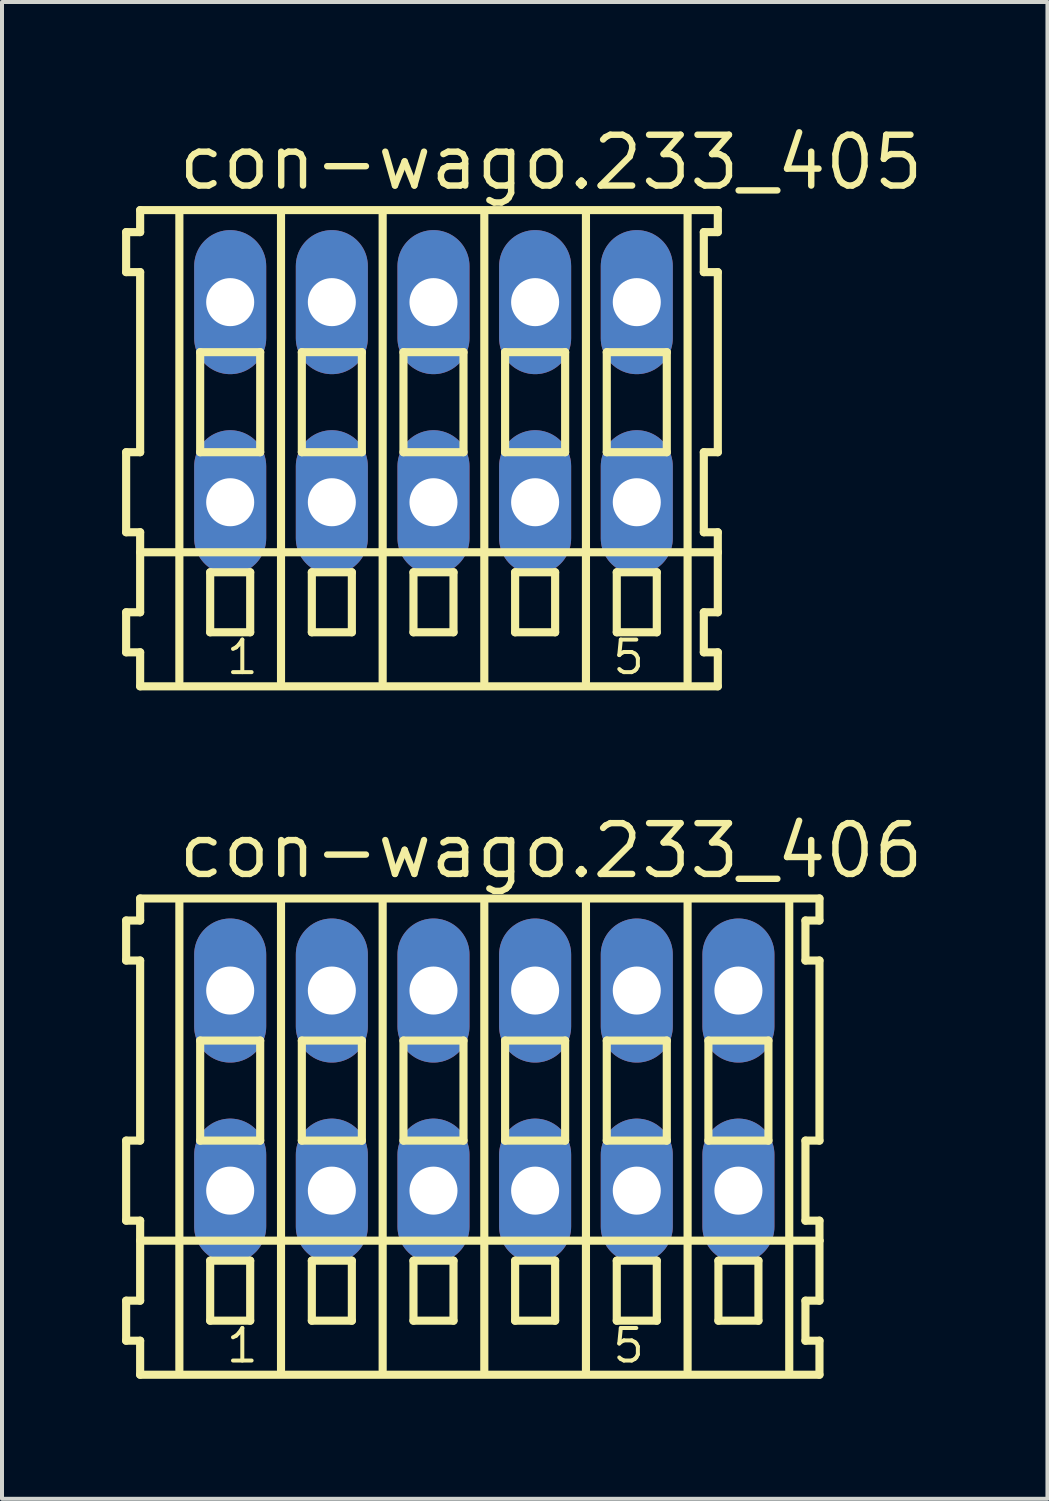
<source format=kicad_pcb>
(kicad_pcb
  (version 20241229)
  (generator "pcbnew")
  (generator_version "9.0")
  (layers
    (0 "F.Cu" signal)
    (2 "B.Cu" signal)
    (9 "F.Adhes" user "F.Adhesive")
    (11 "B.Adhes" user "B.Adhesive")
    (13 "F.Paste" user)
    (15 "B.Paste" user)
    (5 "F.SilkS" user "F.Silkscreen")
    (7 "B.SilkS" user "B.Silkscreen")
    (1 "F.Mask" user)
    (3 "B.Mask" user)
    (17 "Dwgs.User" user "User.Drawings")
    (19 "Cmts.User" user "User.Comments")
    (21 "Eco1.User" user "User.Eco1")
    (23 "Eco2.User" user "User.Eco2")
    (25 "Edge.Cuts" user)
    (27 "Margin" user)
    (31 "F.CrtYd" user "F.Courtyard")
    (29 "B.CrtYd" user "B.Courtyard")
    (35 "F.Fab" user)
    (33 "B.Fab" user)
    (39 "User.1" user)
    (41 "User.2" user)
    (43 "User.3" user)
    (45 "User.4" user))
  (footprint "con-wago.233_406"
    (layer "F.Cu")
    (at 9.052 24.202)
    (property "Reference" "con-wago.233_406" (at -7.72 -5.25 0) (layer "F.SilkS") (effects (font (size 1.27 1.27) (thickness 0.16)) (justify left bottom)))
    (attr through_hole)
    (fp_line (start -8.95 -4.25) (end -8.95 -3.25) (stroke (width 0.203) (type default)) (layer "F.SilkS"))
    (fp_line (start -8.95 -3.25) (end -8.6 -3.25) (stroke (width 0.203) (type default)) (layer "F.SilkS"))
    (fp_line (start -8.95 1.25) (end -8.95 3.25) (stroke (width 0.203) (type default)) (layer "F.SilkS"))
    (fp_line (start -8.95 3.25) (end -8.6 3.25) (stroke (width 0.203) (type default)) (layer "F.SilkS"))
    (fp_line (start -8.95 5.25) (end -8.95 6.25) (stroke (width 0.203) (type default)) (layer "F.SilkS"))
    (fp_line (start -8.95 6.25) (end -8.6 6.25) (stroke (width 0.203) (type default)) (layer "F.SilkS"))
    (fp_line (start -8.6 -4.8) (end -8.6 -4.25) (stroke (width 0.203) (type default)) (layer "F.SilkS"))
    (fp_line (start -8.6 -4.25) (end -8.95 -4.25) (stroke (width 0.203) (type default)) (layer "F.SilkS"))
    (fp_line (start -8.6 -3.25) (end -8.6 1.25) (stroke (width 0.203) (type default)) (layer "F.SilkS"))
    (fp_line (start -8.6 1.25) (end -8.95 1.25) (stroke (width 0.203) (type default)) (layer "F.SilkS"))
    (fp_line (start -8.6 3.25) (end -8.6 5.25) (stroke (width 0.203) (type default)) (layer "F.SilkS"))
    (fp_line (start -8.6 3.75) (end 8.375 3.75) (stroke (width 0.203) (type default)) (layer "F.SilkS"))
    (fp_line (start -8.6 5.25) (end -8.95 5.25) (stroke (width 0.203) (type default)) (layer "F.SilkS"))
    (fp_line (start -8.6 6.25) (end -8.6 7.1) (stroke (width 0.203) (type default)) (layer "F.SilkS"))
    (fp_line (start -8.6 7.1) (end 8.375 7.1) (stroke (width 0.203) (type default)) (layer "F.SilkS"))
    (fp_line (start -7.62 6.985) (end -7.62 -4.699) (stroke (width 0.203) (type default)) (layer "F.SilkS"))
    (fp_line (start -7.1 -1.25) (end -7.1 1.25) (stroke (width 0.203) (type default)) (layer "F.SilkS"))
    (fp_line (start -7.1 1.25) (end -5.6 1.25) (stroke (width 0.203) (type default)) (layer "F.SilkS"))
    (fp_line (start -6.85 4.25) (end -6.85 5.75) (stroke (width 0.203) (type default)) (layer "F.SilkS"))
    (fp_line (start -6.85 5.75) (end -5.85 5.75) (stroke (width 0.203) (type default)) (layer "F.SilkS"))
    (fp_line (start -5.85 4.25) (end -6.85 4.25) (stroke (width 0.203) (type default)) (layer "F.SilkS"))
    (fp_line (start -5.85 5.75) (end -5.85 4.25) (stroke (width 0.203) (type default)) (layer "F.SilkS"))
    (fp_line (start -5.6 -1.25) (end -7.1 -1.25) (stroke (width 0.203) (type default)) (layer "F.SilkS"))
    (fp_line (start -5.6 1.25) (end -5.6 -1.25) (stroke (width 0.203) (type default)) (layer "F.SilkS"))
    (fp_line (start -5.08 6.985) (end -5.08 -4.699) (stroke (width 0.203) (type default)) (layer "F.SilkS"))
    (fp_line (start -4.56 -1.25) (end -4.56 1.25) (stroke (width 0.203) (type default)) (layer "F.SilkS"))
    (fp_line (start -4.56 1.25) (end -3.06 1.25) (stroke (width 0.203) (type default)) (layer "F.SilkS"))
    (fp_line (start -4.31 4.25) (end -4.31 5.75) (stroke (width 0.203) (type default)) (layer "F.SilkS"))
    (fp_line (start -4.31 5.75) (end -3.31 5.75) (stroke (width 0.203) (type default)) (layer "F.SilkS"))
    (fp_line (start -3.31 4.25) (end -4.31 4.25) (stroke (width 0.203) (type default)) (layer "F.SilkS"))
    (fp_line (start -3.31 5.75) (end -3.31 4.25) (stroke (width 0.203) (type default)) (layer "F.SilkS"))
    (fp_line (start -3.06 -1.25) (end -4.56 -1.25) (stroke (width 0.203) (type default)) (layer "F.SilkS"))
    (fp_line (start -3.06 1.25) (end -3.06 -1.25) (stroke (width 0.203) (type default)) (layer "F.SilkS"))
    (fp_line (start -2.54 6.985) (end -2.54 -4.699) (stroke (width 0.203) (type default)) (layer "F.SilkS"))
    (fp_line (start -2.02 -1.25) (end -2.02 1.25) (stroke (width 0.203) (type default)) (layer "F.SilkS"))
    (fp_line (start -2.02 1.25) (end -0.52 1.25) (stroke (width 0.203) (type default)) (layer "F.SilkS"))
    (fp_line (start -1.77 4.25) (end -1.77 5.75) (stroke (width 0.203) (type default)) (layer "F.SilkS"))
    (fp_line (start -1.77 5.75) (end -0.77 5.75) (stroke (width 0.203) (type default)) (layer "F.SilkS"))
    (fp_line (start -0.77 4.25) (end -1.77 4.25) (stroke (width 0.203) (type default)) (layer "F.SilkS"))
    (fp_line (start -0.77 5.75) (end -0.77 4.25) (stroke (width 0.203) (type default)) (layer "F.SilkS"))
    (fp_line (start -0.52 -1.25) (end -2.02 -1.25) (stroke (width 0.203) (type default)) (layer "F.SilkS"))
    (fp_line (start -0.52 1.25) (end -0.52 -1.25) (stroke (width 0.203) (type default)) (layer "F.SilkS"))
    (fp_line (start 0 6.985) (end 0 -4.699) (stroke (width 0.203) (type default)) (layer "F.SilkS"))
    (fp_line (start 0.52 -1.25) (end 0.52 1.25) (stroke (width 0.203) (type default)) (layer "F.SilkS"))
    (fp_line (start 0.52 1.25) (end 2.02 1.25) (stroke (width 0.203) (type default)) (layer "F.SilkS"))
    (fp_line (start 0.77 4.25) (end 0.77 5.75) (stroke (width 0.203) (type default)) (layer "F.SilkS"))
    (fp_line (start 0.77 5.75) (end 1.77 5.75) (stroke (width 0.203) (type default)) (layer "F.SilkS"))
    (fp_line (start 1.77 4.25) (end 0.77 4.25) (stroke (width 0.203) (type default)) (layer "F.SilkS"))
    (fp_line (start 1.77 5.75) (end 1.77 4.25) (stroke (width 0.203) (type default)) (layer "F.SilkS"))
    (fp_line (start 2.02 -1.25) (end 0.52 -1.25) (stroke (width 0.203) (type default)) (layer "F.SilkS"))
    (fp_line (start 2.02 1.25) (end 2.02 -1.25) (stroke (width 0.203) (type default)) (layer "F.SilkS"))
    (fp_line (start 2.54 6.985) (end 2.54 -4.699) (stroke (width 0.203) (type default)) (layer "F.SilkS"))
    (fp_line (start 3.06 -1.25) (end 3.06 1.25) (stroke (width 0.203) (type default)) (layer "F.SilkS"))
    (fp_line (start 3.06 1.25) (end 4.56 1.25) (stroke (width 0.203) (type default)) (layer "F.SilkS"))
    (fp_line (start 3.31 4.25) (end 3.31 5.75) (stroke (width 0.203) (type default)) (layer "F.SilkS"))
    (fp_line (start 3.31 5.75) (end 4.31 5.75) (stroke (width 0.203) (type default)) (layer "F.SilkS"))
    (fp_line (start 4.31 4.25) (end 3.31 4.25) (stroke (width 0.203) (type default)) (layer "F.SilkS"))
    (fp_line (start 4.31 5.75) (end 4.31 4.25) (stroke (width 0.203) (type default)) (layer "F.SilkS"))
    (fp_line (start 4.56 -1.25) (end 3.06 -1.25) (stroke (width 0.203) (type default)) (layer "F.SilkS"))
    (fp_line (start 4.56 1.25) (end 4.56 -1.25) (stroke (width 0.203) (type default)) (layer "F.SilkS"))
    (fp_line (start 5.08 6.985) (end 5.08 -4.699) (stroke (width 0.203) (type default)) (layer "F.SilkS"))
    (fp_line (start 5.6 -1.25) (end 5.6 1.25) (stroke (width 0.203) (type default)) (layer "F.SilkS"))
    (fp_line (start 5.6 1.25) (end 7.1 1.25) (stroke (width 0.203) (type default)) (layer "F.SilkS"))
    (fp_line (start 5.85 4.25) (end 5.85 5.75) (stroke (width 0.203) (type default)) (layer "F.SilkS"))
    (fp_line (start 5.85 5.75) (end 6.85 5.75) (stroke (width 0.203) (type default)) (layer "F.SilkS"))
    (fp_line (start 6.85 4.25) (end 5.85 4.25) (stroke (width 0.203) (type default)) (layer "F.SilkS"))
    (fp_line (start 6.85 5.75) (end 6.85 4.25) (stroke (width 0.203) (type default)) (layer "F.SilkS"))
    (fp_line (start 7.1 -1.25) (end 5.6 -1.25) (stroke (width 0.203) (type default)) (layer "F.SilkS"))
    (fp_line (start 7.1 1.25) (end 7.1 -1.25) (stroke (width 0.203) (type default)) (layer "F.SilkS"))
    (fp_line (start 7.62 6.985) (end 7.62 -4.699) (stroke (width 0.203) (type default)) (layer "F.SilkS"))
    (fp_line (start 8.025 -4.25) (end 8.025 -3.25) (stroke (width 0.203) (type default)) (layer "F.SilkS"))
    (fp_line (start 8.025 -3.25) (end 8.375 -3.25) (stroke (width 0.203) (type default)) (layer "F.SilkS"))
    (fp_line (start 8.025 1.25) (end 8.025 3.25) (stroke (width 0.203) (type default)) (layer "F.SilkS"))
    (fp_line (start 8.025 3.25) (end 8.375 3.25) (stroke (width 0.203) (type default)) (layer "F.SilkS"))
    (fp_line (start 8.025 5.25) (end 8.025 6.25) (stroke (width 0.203) (type default)) (layer "F.SilkS"))
    (fp_line (start 8.025 6.25) (end 8.375 6.25) (stroke (width 0.203) (type default)) (layer "F.SilkS"))
    (fp_line (start 8.375 -4.8) (end -8.6 -4.8) (stroke (width 0.203) (type default)) (layer "F.SilkS"))
    (fp_line (start 8.375 -4.25) (end 8.025 -4.25) (stroke (width 0.203) (type default)) (layer "F.SilkS"))
    (fp_line (start 8.375 -4.25) (end 8.375 -4.8) (stroke (width 0.203) (type default)) (layer "F.SilkS"))
    (fp_line (start 8.375 1.25) (end 8.025 1.25) (stroke (width 0.203) (type default)) (layer "F.SilkS"))
    (fp_line (start 8.375 1.25) (end 8.375 -3.25) (stroke (width 0.203) (type default)) (layer "F.SilkS"))
    (fp_line (start 8.375 3.75) (end 8.375 3.25) (stroke (width 0.203) (type default)) (layer "F.SilkS"))
    (fp_line (start 8.375 5.25) (end 8.025 5.25) (stroke (width 0.203) (type default)) (layer "F.SilkS"))
    (fp_line (start 8.375 5.25) (end 8.375 3.75) (stroke (width 0.203) (type default)) (layer "F.SilkS"))
    (fp_line (start 8.375 7.1) (end 8.375 6.25) (stroke (width 0.203) (type default)) (layer "F.SilkS"))
    (fp_text user "5" (at 3.152 6.85 0) (layer "F.SilkS") (effects (font (size 0.813 0.813) (thickness 0.1)) (justify left bottom)))
    (fp_text user "1" (at -6.5 6.85 0) (layer "F.SilkS") (effects (font (size 0.813 0.813) (thickness 0.1)) (justify left bottom)))
    (pad "A1" thru_hole oval (at -6.35 -2.5 90) (size 3.6 1.8) (drill 1.2) (layers "*.Cu" "*.Mask"))
    (pad "A2" thru_hole oval (at -3.81 -2.5 90) (size 3.6 1.8) (drill 1.2) (layers "*.Cu" "*.Mask"))
    (pad "A3" thru_hole oval (at -1.27 -2.5 90) (size 3.6 1.8) (drill 1.2) (layers "*.Cu" "*.Mask"))
    (pad "A4" thru_hole oval (at 1.27 -2.5 90) (size 3.6 1.8) (drill 1.2) (layers "*.Cu" "*.Mask"))
    (pad "A5" thru_hole oval (at 3.81 -2.5 90) (size 3.6 1.8) (drill 1.2) (layers "*.Cu" "*.Mask"))
    (pad "A6" thru_hole oval (at 6.35 -2.5 90) (size 3.6 1.8) (drill 1.2) (layers "*.Cu" "*.Mask"))
    (pad "B1" thru_hole oval (at -6.35 2.5 90) (size 3.6 1.8) (drill 1.2) (layers "*.Cu" "*.Mask"))
    (pad "B2" thru_hole oval (at -3.81 2.5 90) (size 3.6 1.8) (drill 1.2) (layers "*.Cu" "*.Mask"))
    (pad "B3" thru_hole oval (at -1.27 2.5 90) (size 3.6 1.8) (drill 1.2) (layers "*.Cu" "*.Mask"))
    (pad "B4" thru_hole oval (at 1.27 2.5 90) (size 3.6 1.8) (drill 1.2) (layers "*.Cu" "*.Mask"))
    (pad "B5" thru_hole oval (at 3.81 2.5 90) (size 3.6 1.8) (drill 1.2) (layers "*.Cu" "*.Mask"))
    (pad "B6" thru_hole oval (at 6.35 2.5 90) (size 3.6 1.8) (drill 1.2) (layers "*.Cu" "*.Mask")))
  (footprint "con-wago.233_405"
    (layer "F.Cu")
    (at 7.782 7)
    (property "Reference" "con-wago.233_405" (at -6.45 -5.25 0) (layer "F.SilkS") (effects (font (size 1.27 1.27) (thickness 0.16)) (justify left bottom)))
    (attr through_hole)
    (fp_line (start -7.68 -4.25) (end -7.68 -3.25) (stroke (width 0.203) (type default)) (layer "F.SilkS"))
    (fp_line (start -7.68 -3.25) (end -7.33 -3.25) (stroke (width 0.203) (type default)) (layer "F.SilkS"))
    (fp_line (start -7.68 1.25) (end -7.68 3.25) (stroke (width 0.203) (type default)) (layer "F.SilkS"))
    (fp_line (start -7.68 3.25) (end -7.33 3.25) (stroke (width 0.203) (type default)) (layer "F.SilkS"))
    (fp_line (start -7.68 5.25) (end -7.68 6.25) (stroke (width 0.203) (type default)) (layer "F.SilkS"))
    (fp_line (start -7.68 6.25) (end -7.33 6.25) (stroke (width 0.203) (type default)) (layer "F.SilkS"))
    (fp_line (start -7.33 -4.8) (end -7.33 -4.25) (stroke (width 0.203) (type default)) (layer "F.SilkS"))
    (fp_line (start -7.33 -4.25) (end -7.68 -4.25) (stroke (width 0.203) (type default)) (layer "F.SilkS"))
    (fp_line (start -7.33 -3.25) (end -7.33 1.25) (stroke (width 0.203) (type default)) (layer "F.SilkS"))
    (fp_line (start -7.33 1.25) (end -7.68 1.25) (stroke (width 0.203) (type default)) (layer "F.SilkS"))
    (fp_line (start -7.33 3.25) (end -7.33 5.25) (stroke (width 0.203) (type default)) (layer "F.SilkS"))
    (fp_line (start -7.33 3.75) (end 7.105 3.75) (stroke (width 0.203) (type default)) (layer "F.SilkS"))
    (fp_line (start -7.33 5.25) (end -7.68 5.25) (stroke (width 0.203) (type default)) (layer "F.SilkS"))
    (fp_line (start -7.33 6.25) (end -7.33 7.1) (stroke (width 0.203) (type default)) (layer "F.SilkS"))
    (fp_line (start -7.33 7.1) (end 7.105 7.1) (stroke (width 0.203) (type default)) (layer "F.SilkS"))
    (fp_line (start -6.35 6.985) (end -6.35 -4.699) (stroke (width 0.203) (type default)) (layer "F.SilkS"))
    (fp_line (start -5.83 -1.25) (end -5.83 1.25) (stroke (width 0.203) (type default)) (layer "F.SilkS"))
    (fp_line (start -5.83 1.25) (end -4.33 1.25) (stroke (width 0.203) (type default)) (layer "F.SilkS"))
    (fp_line (start -5.58 4.25) (end -5.58 5.75) (stroke (width 0.203) (type default)) (layer "F.SilkS"))
    (fp_line (start -5.58 5.75) (end -4.58 5.75) (stroke (width 0.203) (type default)) (layer "F.SilkS"))
    (fp_line (start -4.58 4.25) (end -5.58 4.25) (stroke (width 0.203) (type default)) (layer "F.SilkS"))
    (fp_line (start -4.58 5.75) (end -4.58 4.25) (stroke (width 0.203) (type default)) (layer "F.SilkS"))
    (fp_line (start -4.33 -1.25) (end -5.83 -1.25) (stroke (width 0.203) (type default)) (layer "F.SilkS"))
    (fp_line (start -4.33 1.25) (end -4.33 -1.25) (stroke (width 0.203) (type default)) (layer "F.SilkS"))
    (fp_line (start -3.81 6.985) (end -3.81 -4.699) (stroke (width 0.203) (type default)) (layer "F.SilkS"))
    (fp_line (start -3.29 -1.25) (end -3.29 1.25) (stroke (width 0.203) (type default)) (layer "F.SilkS"))
    (fp_line (start -3.29 1.25) (end -1.79 1.25) (stroke (width 0.203) (type default)) (layer "F.SilkS"))
    (fp_line (start -3.04 4.25) (end -3.04 5.75) (stroke (width 0.203) (type default)) (layer "F.SilkS"))
    (fp_line (start -3.04 5.75) (end -2.04 5.75) (stroke (width 0.203) (type default)) (layer "F.SilkS"))
    (fp_line (start -2.04 4.25) (end -3.04 4.25) (stroke (width 0.203) (type default)) (layer "F.SilkS"))
    (fp_line (start -2.04 5.75) (end -2.04 4.25) (stroke (width 0.203) (type default)) (layer "F.SilkS"))
    (fp_line (start -1.79 -1.25) (end -3.29 -1.25) (stroke (width 0.203) (type default)) (layer "F.SilkS"))
    (fp_line (start -1.79 1.25) (end -1.79 -1.25) (stroke (width 0.203) (type default)) (layer "F.SilkS"))
    (fp_line (start -1.27 6.985) (end -1.27 -4.699) (stroke (width 0.203) (type default)) (layer "F.SilkS"))
    (fp_line (start -0.75 -1.25) (end -0.75 1.25) (stroke (width 0.203) (type default)) (layer "F.SilkS"))
    (fp_line (start -0.75 1.25) (end 0.75 1.25) (stroke (width 0.203) (type default)) (layer "F.SilkS"))
    (fp_line (start -0.5 4.25) (end -0.5 5.75) (stroke (width 0.203) (type default)) (layer "F.SilkS"))
    (fp_line (start -0.5 5.75) (end 0.5 5.75) (stroke (width 0.203) (type default)) (layer "F.SilkS"))
    (fp_line (start 0.5 4.25) (end -0.5 4.25) (stroke (width 0.203) (type default)) (layer "F.SilkS"))
    (fp_line (start 0.5 5.75) (end 0.5 4.25) (stroke (width 0.203) (type default)) (layer "F.SilkS"))
    (fp_line (start 0.75 -1.25) (end -0.75 -1.25) (stroke (width 0.203) (type default)) (layer "F.SilkS"))
    (fp_line (start 0.75 1.25) (end 0.75 -1.25) (stroke (width 0.203) (type default)) (layer "F.SilkS"))
    (fp_line (start 1.27 6.985) (end 1.27 -4.699) (stroke (width 0.203) (type default)) (layer "F.SilkS"))
    (fp_line (start 1.79 -1.25) (end 1.79 1.25) (stroke (width 0.203) (type default)) (layer "F.SilkS"))
    (fp_line (start 1.79 1.25) (end 3.29 1.25) (stroke (width 0.203) (type default)) (layer "F.SilkS"))
    (fp_line (start 2.04 4.25) (end 2.04 5.75) (stroke (width 0.203) (type default)) (layer "F.SilkS"))
    (fp_line (start 2.04 5.75) (end 3.04 5.75) (stroke (width 0.203) (type default)) (layer "F.SilkS"))
    (fp_line (start 3.04 4.25) (end 2.04 4.25) (stroke (width 0.203) (type default)) (layer "F.SilkS"))
    (fp_line (start 3.04 5.75) (end 3.04 4.25) (stroke (width 0.203) (type default)) (layer "F.SilkS"))
    (fp_line (start 3.29 -1.25) (end 1.79 -1.25) (stroke (width 0.203) (type default)) (layer "F.SilkS"))
    (fp_line (start 3.29 1.25) (end 3.29 -1.25) (stroke (width 0.203) (type default)) (layer "F.SilkS"))
    (fp_line (start 3.81 6.985) (end 3.81 -4.699) (stroke (width 0.203) (type default)) (layer "F.SilkS"))
    (fp_line (start 4.33 -1.25) (end 4.33 1.25) (stroke (width 0.203) (type default)) (layer "F.SilkS"))
    (fp_line (start 4.33 1.25) (end 5.83 1.25) (stroke (width 0.203) (type default)) (layer "F.SilkS"))
    (fp_line (start 4.58 4.25) (end 4.58 5.75) (stroke (width 0.203) (type default)) (layer "F.SilkS"))
    (fp_line (start 4.58 5.75) (end 5.58 5.75) (stroke (width 0.203) (type default)) (layer "F.SilkS"))
    (fp_line (start 5.58 4.25) (end 4.58 4.25) (stroke (width 0.203) (type default)) (layer "F.SilkS"))
    (fp_line (start 5.58 5.75) (end 5.58 4.25) (stroke (width 0.203) (type default)) (layer "F.SilkS"))
    (fp_line (start 5.83 -1.25) (end 4.33 -1.25) (stroke (width 0.203) (type default)) (layer "F.SilkS"))
    (fp_line (start 5.83 1.25) (end 5.83 -1.25) (stroke (width 0.203) (type default)) (layer "F.SilkS"))
    (fp_line (start 6.35 6.985) (end 6.35 -4.699) (stroke (width 0.203) (type default)) (layer "F.SilkS"))
    (fp_line (start 6.755 -4.25) (end 6.755 -3.25) (stroke (width 0.203) (type default)) (layer "F.SilkS"))
    (fp_line (start 6.755 -3.25) (end 7.105 -3.25) (stroke (width 0.203) (type default)) (layer "F.SilkS"))
    (fp_line (start 6.755 1.25) (end 6.755 3.25) (stroke (width 0.203) (type default)) (layer "F.SilkS"))
    (fp_line (start 6.755 3.25) (end 7.105 3.25) (stroke (width 0.203) (type default)) (layer "F.SilkS"))
    (fp_line (start 6.755 5.25) (end 6.755 6.25) (stroke (width 0.203) (type default)) (layer "F.SilkS"))
    (fp_line (start 6.755 6.25) (end 7.105 6.25) (stroke (width 0.203) (type default)) (layer "F.SilkS"))
    (fp_line (start 7.105 -4.8) (end -7.33 -4.8) (stroke (width 0.203) (type default)) (layer "F.SilkS"))
    (fp_line (start 7.105 -4.25) (end 6.755 -4.25) (stroke (width 0.203) (type default)) (layer "F.SilkS"))
    (fp_line (start 7.105 -4.25) (end 7.105 -4.8) (stroke (width 0.203) (type default)) (layer "F.SilkS"))
    (fp_line (start 7.105 1.25) (end 6.755 1.25) (stroke (width 0.203) (type default)) (layer "F.SilkS"))
    (fp_line (start 7.105 1.25) (end 7.105 -3.25) (stroke (width 0.203) (type default)) (layer "F.SilkS"))
    (fp_line (start 7.105 3.75) (end 7.105 3.25) (stroke (width 0.203) (type default)) (layer "F.SilkS"))
    (fp_line (start 7.105 5.25) (end 6.755 5.25) (stroke (width 0.203) (type default)) (layer "F.SilkS"))
    (fp_line (start 7.105 5.25) (end 7.105 3.75) (stroke (width 0.203) (type default)) (layer "F.SilkS"))
    (fp_line (start 7.105 7.1) (end 7.105 6.25) (stroke (width 0.203) (type default)) (layer "F.SilkS"))
    (fp_text user "1" (at -5.23 6.85 0) (layer "F.SilkS") (effects (font (size 0.813 0.813) (thickness 0.1)) (justify left bottom)))
    (fp_text user "5" (at 4.422 6.85 0) (layer "F.SilkS") (effects (font (size 0.813 0.813) (thickness 0.1)) (justify left bottom)))
    (pad "A1" thru_hole oval (at -5.08 -2.5 90) (size 3.6 1.8) (drill 1.2) (layers "*.Cu" "*.Mask"))
    (pad "A2" thru_hole oval (at -2.54 -2.5 90) (size 3.6 1.8) (drill 1.2) (layers "*.Cu" "*.Mask"))
    (pad "A3" thru_hole oval (at 0 -2.5 90) (size 3.6 1.8) (drill 1.2) (layers "*.Cu" "*.Mask"))
    (pad "A4" thru_hole oval (at 2.54 -2.5 90) (size 3.6 1.8) (drill 1.2) (layers "*.Cu" "*.Mask"))
    (pad "A5" thru_hole oval (at 5.08 -2.5 90) (size 3.6 1.8) (drill 1.2) (layers "*.Cu" "*.Mask"))
    (pad "B1" thru_hole oval (at -5.08 2.5 90) (size 3.6 1.8) (drill 1.2) (layers "*.Cu" "*.Mask"))
    (pad "B2" thru_hole oval (at -2.54 2.5 90) (size 3.6 1.8) (drill 1.2) (layers "*.Cu" "*.Mask"))
    (pad "B3" thru_hole oval (at 0 2.5 90) (size 3.6 1.8) (drill 1.2) (layers "*.Cu" "*.Mask"))
    (pad "B4" thru_hole oval (at 2.54 2.5 90) (size 3.6 1.8) (drill 1.2) (layers "*.Cu" "*.Mask"))
    (pad "B5" thru_hole oval (at 5.08 2.5 90) (size 3.6 1.8) (drill 1.2) (layers "*.Cu" "*.Mask")))
  (gr_rect
    (start -3 -3)
    (end 23.124 34.403)
    (stroke (width 0.1) (type default))
    (fill no)
    (layer "Edge.Cuts")))
</source>
